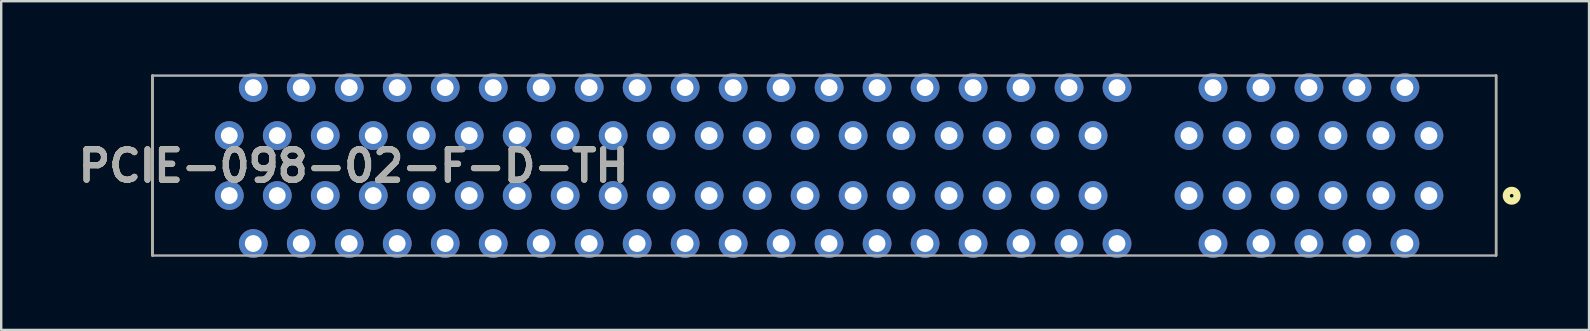
<source format=kicad_pcb>
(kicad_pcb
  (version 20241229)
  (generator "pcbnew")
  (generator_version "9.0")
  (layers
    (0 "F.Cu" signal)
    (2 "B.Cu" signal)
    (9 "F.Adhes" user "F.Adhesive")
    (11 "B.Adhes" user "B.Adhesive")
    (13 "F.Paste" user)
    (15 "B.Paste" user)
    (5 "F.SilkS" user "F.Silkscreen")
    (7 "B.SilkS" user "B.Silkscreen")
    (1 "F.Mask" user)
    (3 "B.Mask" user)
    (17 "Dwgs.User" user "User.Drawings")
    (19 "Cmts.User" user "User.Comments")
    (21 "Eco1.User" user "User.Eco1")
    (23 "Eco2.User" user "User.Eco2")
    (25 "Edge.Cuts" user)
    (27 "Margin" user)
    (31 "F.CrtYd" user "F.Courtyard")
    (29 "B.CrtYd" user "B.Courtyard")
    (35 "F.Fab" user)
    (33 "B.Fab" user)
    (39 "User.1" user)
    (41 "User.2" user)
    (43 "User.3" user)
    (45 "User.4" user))
  (footprint "PCIE-098-02-F-D-TH"
    (layer "F.Cu")
    (at 3.305 3.85)
    (property "Reference" "PCIE-098-02-F-D-TH" (at 8.379 0.016 0) (layer "F.SilkS") (effects (font (size 1.27 1.27) (thickness 0.254))))
    (attr through_hole)
    (fp_line (start 0 -3.75) (end 0 3.75) (stroke (width 0.1) (type solid)) (layer "F.SilkS"))
    (fp_line (start 56 -3.75) (end 56 3.75) (stroke (width 0.1) (type solid)) (layer "F.SilkS"))
    (fp_circle (center 56.649 1.258) (end 56.649 1.332) (stroke (width 0.3) (type solid)) (fill no) (layer "F.SilkS"))
    (fp_line (start 0 -3.75) (end 56 -3.75) (stroke (width 0.1) (type solid)) (layer "F.Fab"))
    (fp_line (start 0 3.75) (end 0 -3.75) (stroke (width 0.1) (type solid)) (layer "F.Fab"))
    (fp_line (start 56 -3.75) (end 56 3.75) (stroke (width 0.1) (type solid)) (layer "F.Fab"))
    (fp_line (start 56 3.75) (end 0 3.75) (stroke (width 0.1) (type solid)) (layer "F.Fab"))
    (fp_text user "${REFERENCE}" (at 8.379 0.016 0) (layer "F.Fab") (effects (font (size 1.27 1.27) (thickness 0.254))))
    (pad "" np_thru_hole circle (at 1.39 0) (size 0.001 0.001) (drill 2.35) (layers "*.Cu" "*.Mask"))
    (pad "" np_thru_hole circle (at 41.55 0) (size 0.001 0.001) (drill 2.35) (layers "*.Cu" "*.Mask"))
    (pad "A1" thru_hole circle (at 53.2 1.25) (size 1.2 1.2) (drill 0.7) (layers "*.Cu" "*.Mask"))
    (pad "A2" thru_hole circle (at 52.2 3.25) (size 1.2 1.2) (drill 0.7) (layers "*.Cu" "*.Mask"))
    (pad "A3" thru_hole circle (at 51.2 1.25) (size 1.2 1.2) (drill 0.7) (layers "*.Cu" "*.Mask"))
    (pad "A4" thru_hole circle (at 50.2 3.25) (size 1.2 1.2) (drill 0.7) (layers "*.Cu" "*.Mask"))
    (pad "A5" thru_hole circle (at 49.2 1.25) (size 1.2 1.2) (drill 0.7) (layers "*.Cu" "*.Mask"))
    (pad "A6" thru_hole circle (at 48.2 3.25) (size 1.2 1.2) (drill 0.7) (layers "*.Cu" "*.Mask"))
    (pad "A7" thru_hole circle (at 47.2 1.25) (size 1.2 1.2) (drill 0.7) (layers "*.Cu" "*.Mask"))
    (pad "A8" thru_hole circle (at 46.2 3.25) (size 1.2 1.2) (drill 0.7) (layers "*.Cu" "*.Mask"))
    (pad "A9" thru_hole circle (at 45.2 1.25) (size 1.2 1.2) (drill 0.7) (layers "*.Cu" "*.Mask"))
    (pad "A10" thru_hole circle (at 44.2 3.25) (size 1.2 1.2) (drill 0.7) (layers "*.Cu" "*.Mask"))
    (pad "A11" thru_hole circle (at 43.2 1.25) (size 1.2 1.2) (drill 0.7) (layers "*.Cu" "*.Mask"))
    (pad "A12" thru_hole circle (at 40.2 3.25) (size 1.2 1.2) (drill 0.7) (layers "*.Cu" "*.Mask"))
    (pad "A13" thru_hole circle (at 39.2 1.25) (size 1.2 1.2) (drill 0.7) (layers "*.Cu" "*.Mask"))
    (pad "A14" thru_hole circle (at 38.2 3.25) (size 1.2 1.2) (drill 0.7) (layers "*.Cu" "*.Mask"))
    (pad "A15" thru_hole circle (at 37.2 1.25) (size 1.2 1.2) (drill 0.7) (layers "*.Cu" "*.Mask"))
    (pad "A16" thru_hole circle (at 36.2 3.25) (size 1.2 1.2) (drill 0.7) (layers "*.Cu" "*.Mask"))
    (pad "A17" thru_hole circle (at 35.2 1.25) (size 1.2 1.2) (drill 0.7) (layers "*.Cu" "*.Mask"))
    (pad "A18" thru_hole circle (at 34.2 3.25) (size 1.2 1.2) (drill 0.7) (layers "*.Cu" "*.Mask"))
    (pad "A19" thru_hole circle (at 33.2 1.25) (size 1.2 1.2) (drill 0.7) (layers "*.Cu" "*.Mask"))
    (pad "A20" thru_hole circle (at 32.2 3.25) (size 1.2 1.2) (drill 0.7) (layers "*.Cu" "*.Mask"))
    (pad "A21" thru_hole circle (at 31.2 1.25) (size 1.2 1.2) (drill 0.7) (layers "*.Cu" "*.Mask"))
    (pad "A22" thru_hole circle (at 30.2 3.25) (size 1.2 1.2) (drill 0.7) (layers "*.Cu" "*.Mask"))
    (pad "A23" thru_hole circle (at 29.2 1.25) (size 1.2 1.2) (drill 0.7) (layers "*.Cu" "*.Mask"))
    (pad "A24" thru_hole circle (at 28.2 3.25) (size 1.2 1.2) (drill 0.7) (layers "*.Cu" "*.Mask"))
    (pad "A25" thru_hole circle (at 27.2 1.25) (size 1.2 1.2) (drill 0.7) (layers "*.Cu" "*.Mask"))
    (pad "A26" thru_hole circle (at 26.2 3.25) (size 1.2 1.2) (drill 0.7) (layers "*.Cu" "*.Mask"))
    (pad "A27" thru_hole circle (at 25.2 1.25) (size 1.2 1.2) (drill 0.7) (layers "*.Cu" "*.Mask"))
    (pad "A28" thru_hole circle (at 24.2 3.25) (size 1.2 1.2) (drill 0.7) (layers "*.Cu" "*.Mask"))
    (pad "A29" thru_hole circle (at 23.2 1.25) (size 1.2 1.2) (drill 0.7) (layers "*.Cu" "*.Mask"))
    (pad "A30" thru_hole circle (at 22.2 3.25) (size 1.2 1.2) (drill 0.7) (layers "*.Cu" "*.Mask"))
    (pad "A31" thru_hole circle (at 21.2 1.25) (size 1.2 1.2) (drill 0.7) (layers "*.Cu" "*.Mask"))
    (pad "A32" thru_hole circle (at 20.2 3.25) (size 1.2 1.2) (drill 0.7) (layers "*.Cu" "*.Mask"))
    (pad "A33" thru_hole circle (at 19.2 1.25) (size 1.2 1.2) (drill 0.7) (layers "*.Cu" "*.Mask"))
    (pad "A34" thru_hole circle (at 18.2 3.25) (size 1.2 1.2) (drill 0.7) (layers "*.Cu" "*.Mask"))
    (pad "A35" thru_hole circle (at 17.2 1.25) (size 1.2 1.2) (drill 0.7) (layers "*.Cu" "*.Mask"))
    (pad "A36" thru_hole circle (at 16.2 3.25) (size 1.2 1.2) (drill 0.7) (layers "*.Cu" "*.Mask"))
    (pad "A37" thru_hole circle (at 15.2 1.25) (size 1.2 1.2) (drill 0.7) (layers "*.Cu" "*.Mask"))
    (pad "A38" thru_hole circle (at 14.2 3.25) (size 1.2 1.2) (drill 0.7) (layers "*.Cu" "*.Mask"))
    (pad "A39" thru_hole circle (at 13.2 1.25) (size 1.2 1.2) (drill 0.7) (layers "*.Cu" "*.Mask"))
    (pad "A40" thru_hole circle (at 12.2 3.25) (size 1.2 1.2) (drill 0.7) (layers "*.Cu" "*.Mask"))
    (pad "A41" thru_hole circle (at 11.2 1.25) (size 1.2 1.2) (drill 0.7) (layers "*.Cu" "*.Mask"))
    (pad "A42" thru_hole circle (at 10.2 3.25) (size 1.2 1.2) (drill 0.7) (layers "*.Cu" "*.Mask"))
    (pad "A43" thru_hole circle (at 9.2 1.25) (size 1.2 1.2) (drill 0.7) (layers "*.Cu" "*.Mask"))
    (pad "A44" thru_hole circle (at 8.2 3.25) (size 1.2 1.2) (drill 0.7) (layers "*.Cu" "*.Mask"))
    (pad "A45" thru_hole circle (at 7.2 1.25) (size 1.2 1.2) (drill 0.7) (layers "*.Cu" "*.Mask"))
    (pad "A46" thru_hole circle (at 6.2 3.25) (size 1.2 1.2) (drill 0.7) (layers "*.Cu" "*.Mask"))
    (pad "A47" thru_hole circle (at 5.2 1.25) (size 1.2 1.2) (drill 0.7) (layers "*.Cu" "*.Mask"))
    (pad "A48" thru_hole circle (at 4.2 3.25) (size 1.2 1.2) (drill 0.7) (layers "*.Cu" "*.Mask"))
    (pad "A49" thru_hole circle (at 3.2 1.25) (size 1.2 1.2) (drill 0.7) (layers "*.Cu" "*.Mask"))
    (pad "B1" thru_hole circle (at 53.2 -1.25) (size 1.2 1.2) (drill 0.7) (layers "*.Cu" "*.Mask"))
    (pad "B2" thru_hole circle (at 52.2 -3.25) (size 1.2 1.2) (drill 0.7) (layers "*.Cu" "*.Mask"))
    (pad "B3" thru_hole circle (at 51.2 -1.25) (size 1.2 1.2) (drill 0.7) (layers "*.Cu" "*.Mask"))
    (pad "B4" thru_hole circle (at 50.2 -3.25) (size 1.2 1.2) (drill 0.7) (layers "*.Cu" "*.Mask"))
    (pad "B5" thru_hole circle (at 49.2 -1.25) (size 1.2 1.2) (drill 0.7) (layers "*.Cu" "*.Mask"))
    (pad "B6" thru_hole circle (at 48.2 -3.25) (size 1.2 1.2) (drill 0.7) (layers "*.Cu" "*.Mask"))
    (pad "B7" thru_hole circle (at 47.2 -1.25) (size 1.2 1.2) (drill 0.7) (layers "*.Cu" "*.Mask"))
    (pad "B8" thru_hole circle (at 46.2 -3.25) (size 1.2 1.2) (drill 0.7) (layers "*.Cu" "*.Mask"))
    (pad "B9" thru_hole circle (at 45.2 -1.25) (size 1.2 1.2) (drill 0.7) (layers "*.Cu" "*.Mask"))
    (pad "B10" thru_hole circle (at 44.2 -3.25) (size 1.2 1.2) (drill 0.7) (layers "*.Cu" "*.Mask"))
    (pad "B11" thru_hole circle (at 43.2 -1.25) (size 1.2 1.2) (drill 0.7) (layers "*.Cu" "*.Mask"))
    (pad "B12" thru_hole circle (at 40.2 -3.25) (size 1.2 1.2) (drill 0.7) (layers "*.Cu" "*.Mask"))
    (pad "B13" thru_hole circle (at 39.2 -1.25) (size 1.2 1.2) (drill 0.7) (layers "*.Cu" "*.Mask"))
    (pad "B14" thru_hole circle (at 38.2 -3.25) (size 1.2 1.2) (drill 0.7) (layers "*.Cu" "*.Mask"))
    (pad "B15" thru_hole circle (at 37.2 -1.25) (size 1.2 1.2) (drill 0.7) (layers "*.Cu" "*.Mask"))
    (pad "B16" thru_hole circle (at 36.2 -3.25) (size 1.2 1.2) (drill 0.7) (layers "*.Cu" "*.Mask"))
    (pad "B17" thru_hole circle (at 35.2 -1.25) (size 1.2 1.2) (drill 0.7) (layers "*.Cu" "*.Mask"))
    (pad "B18" thru_hole circle (at 34.2 -3.25) (size 1.2 1.2) (drill 0.7) (layers "*.Cu" "*.Mask"))
    (pad "B19" thru_hole circle (at 33.2 -1.25) (size 1.2 1.2) (drill 0.7) (layers "*.Cu" "*.Mask"))
    (pad "B20" thru_hole circle (at 32.2 -3.25) (size 1.2 1.2) (drill 0.7) (layers "*.Cu" "*.Mask"))
    (pad "B21" thru_hole circle (at 31.2 -1.25) (size 1.2 1.2) (drill 0.7) (layers "*.Cu" "*.Mask"))
    (pad "B22" thru_hole circle (at 30.2 -3.25) (size 1.2 1.2) (drill 0.7) (layers "*.Cu" "*.Mask"))
    (pad "B23" thru_hole circle (at 29.2 -1.25) (size 1.2 1.2) (drill 0.7) (layers "*.Cu" "*.Mask"))
    (pad "B24" thru_hole circle (at 28.2 -3.25) (size 1.2 1.2) (drill 0.7) (layers "*.Cu" "*.Mask"))
    (pad "B25" thru_hole circle (at 27.2 -1.25) (size 1.2 1.2) (drill 0.7) (layers "*.Cu" "*.Mask"))
    (pad "B26" thru_hole circle (at 26.2 -3.25) (size 1.2 1.2) (drill 0.7) (layers "*.Cu" "*.Mask"))
    (pad "B27" thru_hole circle (at 25.2 -1.25) (size 1.2 1.2) (drill 0.7) (layers "*.Cu" "*.Mask"))
    (pad "B28" thru_hole circle (at 24.2 -3.25) (size 1.2 1.2) (drill 0.7) (layers "*.Cu" "*.Mask"))
    (pad "B29" thru_hole circle (at 23.2 -1.25) (size 1.2 1.2) (drill 0.7) (layers "*.Cu" "*.Mask"))
    (pad "B30" thru_hole circle (at 22.2 -3.25) (size 1.2 1.2) (drill 0.7) (layers "*.Cu" "*.Mask"))
    (pad "B31" thru_hole circle (at 21.2 -1.25) (size 1.2 1.2) (drill 0.7) (layers "*.Cu" "*.Mask"))
    (pad "B32" thru_hole circle (at 20.2 -3.25) (size 1.2 1.2) (drill 0.7) (layers "*.Cu" "*.Mask"))
    (pad "B33" thru_hole circle (at 19.2 -1.25) (size 1.2 1.2) (drill 0.7) (layers "*.Cu" "*.Mask"))
    (pad "B34" thru_hole circle (at 18.2 -3.25) (size 1.2 1.2) (drill 0.7) (layers "*.Cu" "*.Mask"))
    (pad "B35" thru_hole circle (at 17.2 -1.25) (size 1.2 1.2) (drill 0.7) (layers "*.Cu" "*.Mask"))
    (pad "B36" thru_hole circle (at 16.2 -3.25) (size 1.2 1.2) (drill 0.7) (layers "*.Cu" "*.Mask"))
    (pad "B37" thru_hole circle (at 15.2 -1.25) (size 1.2 1.2) (drill 0.7) (layers "*.Cu" "*.Mask"))
    (pad "B38" thru_hole circle (at 14.2 -3.25) (size 1.2 1.2) (drill 0.7) (layers "*.Cu" "*.Mask"))
    (pad "B39" thru_hole circle (at 13.2 -1.25) (size 1.2 1.2) (drill 0.7) (layers "*.Cu" "*.Mask"))
    (pad "B40" thru_hole circle (at 12.2 -3.25) (size 1.2 1.2) (drill 0.7) (layers "*.Cu" "*.Mask"))
    (pad "B41" thru_hole circle (at 11.2 -1.25) (size 1.2 1.2) (drill 0.7) (layers "*.Cu" "*.Mask"))
    (pad "B42" thru_hole circle (at 10.2 -3.25) (size 1.2 1.2) (drill 0.7) (layers "*.Cu" "*.Mask"))
    (pad "B43" thru_hole circle (at 9.2 -1.25) (size 1.2 1.2) (drill 0.7) (layers "*.Cu" "*.Mask"))
    (pad "B44" thru_hole circle (at 8.2 -3.25) (size 1.2 1.2) (drill 0.7) (layers "*.Cu" "*.Mask"))
    (pad "B45" thru_hole circle (at 7.2 -1.25) (size 1.2 1.2) (drill 0.7) (layers "*.Cu" "*.Mask"))
    (pad "B46" thru_hole circle (at 6.2 -3.25) (size 1.2 1.2) (drill 0.7) (layers "*.Cu" "*.Mask"))
    (pad "B47" thru_hole circle (at 5.2 -1.25) (size 1.2 1.2) (drill 0.7) (layers "*.Cu" "*.Mask"))
    (pad "B48" thru_hole circle (at 4.2 -3.25) (size 1.2 1.2) (drill 0.7) (layers "*.Cu" "*.Mask"))
    (pad "B49" thru_hole circle (at 3.2 -1.25) (size 1.2 1.2) (drill 0.7) (layers "*.Cu" "*.Mask")))
  (gr_rect
    (start -3 -3)
    (end 63.178 10.7)
    (stroke (width 0.1) (type default))
    (fill no)
    (layer "Edge.Cuts")))
</source>
